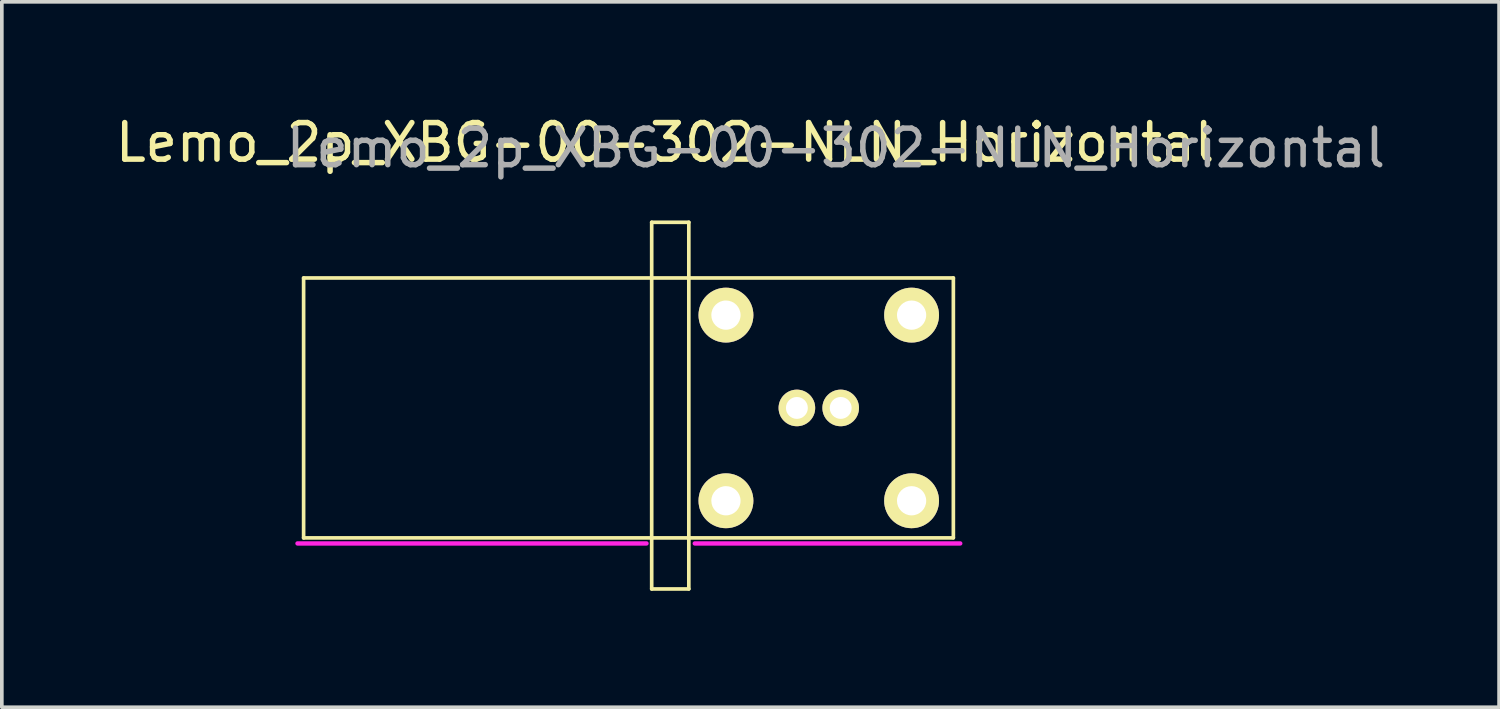
<source format=kicad_pcb>
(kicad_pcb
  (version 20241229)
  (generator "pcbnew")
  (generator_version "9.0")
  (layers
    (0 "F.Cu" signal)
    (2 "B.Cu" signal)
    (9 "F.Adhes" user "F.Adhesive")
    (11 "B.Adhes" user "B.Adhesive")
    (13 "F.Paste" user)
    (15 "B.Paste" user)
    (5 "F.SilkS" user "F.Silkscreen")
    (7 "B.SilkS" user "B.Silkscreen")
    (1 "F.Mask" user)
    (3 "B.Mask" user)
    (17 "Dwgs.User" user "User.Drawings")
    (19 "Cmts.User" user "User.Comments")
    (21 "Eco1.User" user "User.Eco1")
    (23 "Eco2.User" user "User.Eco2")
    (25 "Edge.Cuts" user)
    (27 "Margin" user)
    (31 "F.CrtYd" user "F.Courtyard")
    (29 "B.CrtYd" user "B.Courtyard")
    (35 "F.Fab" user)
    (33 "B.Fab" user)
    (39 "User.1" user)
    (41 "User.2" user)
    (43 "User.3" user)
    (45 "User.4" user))
  (footprint "Lemo_2p_XBG-00-302-NLN_Horizontal"
    (layer "F.Cu")
    (at 18.756 8.113)
    (property "Reference" "Lemo_2p_XBG-00-302-NLN_Horizontal" (at -3.607 -7.264 0) (layer "F.SilkS") (effects (font (size 1 1) (thickness 0.15))))
    (attr through_hole)
    (fp_line (start -13.498 3.556) (end -13.498 -3.556) (stroke (width 0.1) (type solid)) (layer "F.SilkS"))
    (fp_line (start -3.973 -5.08) (end -2.957 -5.08) (stroke (width 0.1) (type solid)) (layer "F.SilkS"))
    (fp_line (start -3.973 4.953) (end -3.973 -5.08) (stroke (width 0.1) (type solid)) (layer "F.SilkS"))
    (fp_line (start -2.957 -5.08) (end -2.957 4.953) (stroke (width 0.1) (type solid)) (layer "F.SilkS"))
    (fp_line (start -2.957 4.953) (end -3.973 4.953) (stroke (width 0.1) (type solid)) (layer "F.SilkS"))
    (fp_line (start 4.282 -3.556) (end -13.498 -3.556) (stroke (width 0.1) (type solid)) (layer "F.SilkS"))
    (fp_line (start 4.282 3.55) (end 4.282 -3.556) (stroke (width 0.1) (type solid)) (layer "F.SilkS"))
    (fp_line (start 4.282 3.556) (end -13.498 3.556) (stroke (width 0.1) (type solid)) (layer "F.SilkS"))
    (fp_line (start -13.665 -3.708) (end -4.166 -3.708) (stroke (width 0.12) (type solid)) (layer "Margin"))
    (fp_line (start -13.665 3.708) (end -13.665 -3.708) (stroke (width 0.12) (type solid)) (layer "Margin"))
    (fp_line (start -4.166 -5.232) (end -2.845 -5.232) (stroke (width 0.12) (type solid)) (layer "Margin"))
    (fp_line (start -4.166 -3.708) (end -4.166 -5.232) (stroke (width 0.12) (type solid)) (layer "Margin"))
    (fp_line (start -4.115 5.131) (end -4.115 3.708) (stroke (width 0.12) (type solid)) (layer "Margin"))
    (fp_line (start -2.845 -5.232) (end -2.794 -5.232) (stroke (width 0.12) (type solid)) (layer "Margin"))
    (fp_line (start -2.794 -5.232) (end -2.794 -3.708) (stroke (width 0.12) (type solid)) (layer "Margin"))
    (fp_line (start -2.794 -3.708) (end 4.47 -3.708) (stroke (width 0.12) (type solid)) (layer "Margin"))
    (fp_line (start -2.794 3.708) (end -2.794 5.08) (stroke (width 0.12) (type solid)) (layer "Margin"))
    (fp_line (start -2.794 5.08) (end -2.794 5.131) (stroke (width 0.12) (type solid)) (layer "Margin"))
    (fp_line (start -2.794 5.131) (end -4.115 5.131) (stroke (width 0.12) (type solid)) (layer "Margin"))
    (fp_line (start 4.47 -3.708) (end 4.47 3.708) (stroke (width 0.12) (type solid)) (layer "Margin"))
    (fp_line (start -13.665 3.708) (end -4.115 3.708) (stroke (width 0.12) (type solid)) (layer "F.CrtYd"))
    (fp_line (start -2.794 3.708) (end 4.47 3.708) (stroke (width 0.12) (type solid)) (layer "F.CrtYd"))
    (fp_text user "${REFERENCE}" (at 1.067 -7.112 0) (layer "F.Fab") (effects (font (size 1 1) (thickness 0.15))))
    (pad "1" thru_hole circle (at 1.199 0) (size 1.001 1.001) (drill 0.599) (layers "*.Cu" "*.Mask" "F.SilkS"))
    (pad "2" thru_hole circle (at 0 0) (size 1.001 1.001) (drill 0.599) (layers "*.Cu" "*.Mask" "F.SilkS"))
    (pad "3" thru_hole circle (at -1.941 -2.54) (size 1.501 1.501) (drill 0.8) (layers "*.Cu" "*.Mask" "F.SilkS"))
    (pad "4" thru_hole circle (at -1.941 2.54) (size 1.501 1.501) (drill 0.8) (layers "*.Cu" "*.Mask" "F.SilkS"))
    (pad "5" thru_hole circle (at 3.139 2.54) (size 1.501 1.501) (drill 0.8) (layers "*.Cu" "*.Mask" "F.SilkS"))
    (pad "6" thru_hole circle (at 3.139 -2.54) (size 1.501 1.501) (drill 0.8) (layers "*.Cu" "*.Mask" "F.SilkS")))
  (gr_rect
    (start -3 -3)
    (end 37.971 16.303)
    (stroke (width 0.1) (type default))
    (fill no)
    (layer "Edge.Cuts")))
</source>
